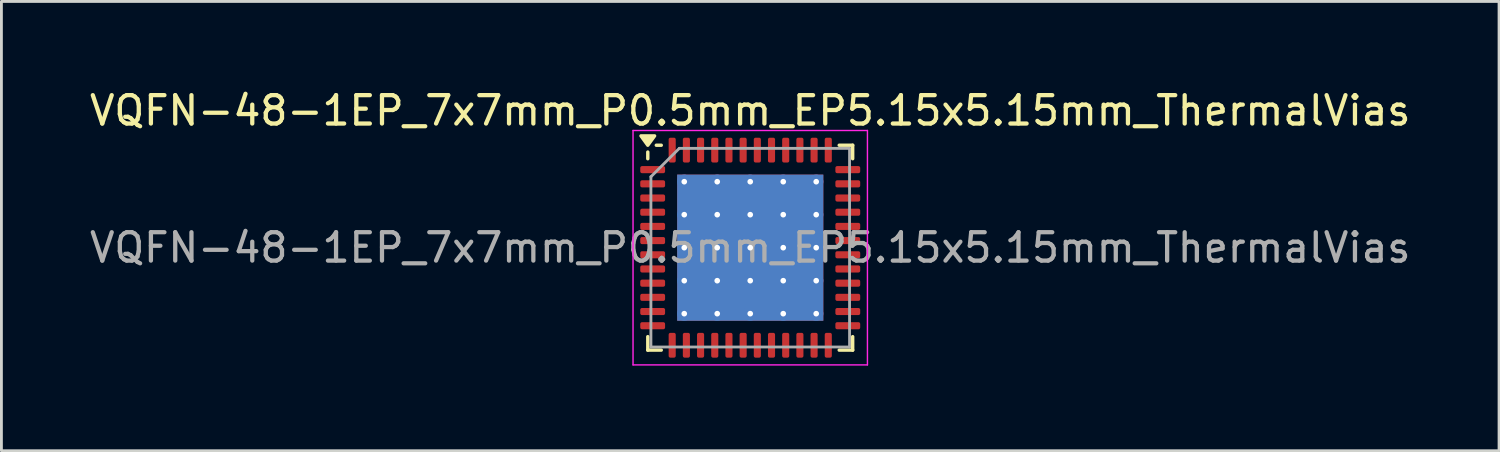
<source format=kicad_pcb>
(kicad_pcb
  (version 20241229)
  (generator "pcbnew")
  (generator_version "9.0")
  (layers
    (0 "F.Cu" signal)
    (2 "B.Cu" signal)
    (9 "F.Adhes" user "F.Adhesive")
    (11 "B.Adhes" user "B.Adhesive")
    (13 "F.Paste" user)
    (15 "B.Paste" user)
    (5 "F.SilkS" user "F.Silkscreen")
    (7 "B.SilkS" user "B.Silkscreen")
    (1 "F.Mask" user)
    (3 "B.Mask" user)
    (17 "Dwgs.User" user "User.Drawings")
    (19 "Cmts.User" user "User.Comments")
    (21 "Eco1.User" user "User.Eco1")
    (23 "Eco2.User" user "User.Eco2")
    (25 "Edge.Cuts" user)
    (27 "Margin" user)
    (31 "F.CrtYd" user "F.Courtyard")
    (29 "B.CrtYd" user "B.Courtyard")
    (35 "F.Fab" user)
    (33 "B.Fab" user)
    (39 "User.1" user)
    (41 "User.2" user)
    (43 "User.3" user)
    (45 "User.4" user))
  (footprint "VQFN-48-1EP_7x7mm_P0.5mm_EP5.15x5.15mm_ThermalVias"
    (layer "F.Cu")
    (at 23.387 5.678)
    (property "Reference" "VQFN-48-1EP_7x7mm_P0.5mm_EP5.15x5.15mm_ThermalVias" (at 0 -4.83 0) (layer "F.SilkS") (effects (font (size 1 1) (thickness 0.15))))
    (attr smd)
    (fp_line (start -3.61 -3.135) (end -3.61 -3.37) (stroke (width 0.12) (type solid)) (layer "F.SilkS"))
    (fp_line (start -3.61 3.61) (end -3.61 3.135) (stroke (width 0.12) (type solid)) (layer "F.SilkS"))
    (fp_line (start -3.135 -3.61) (end -3.31 -3.61) (stroke (width 0.12) (type solid)) (layer "F.SilkS"))
    (fp_line (start -3.135 3.61) (end -3.61 3.61) (stroke (width 0.12) (type solid)) (layer "F.SilkS"))
    (fp_line (start 3.135 -3.61) (end 3.61 -3.61) (stroke (width 0.12) (type solid)) (layer "F.SilkS"))
    (fp_line (start 3.135 3.61) (end 3.61 3.61) (stroke (width 0.12) (type solid)) (layer "F.SilkS"))
    (fp_line (start 3.61 -3.61) (end 3.61 -3.135) (stroke (width 0.12) (type solid)) (layer "F.SilkS"))
    (fp_line (start 3.61 3.61) (end 3.61 3.135) (stroke (width 0.12) (type solid)) (layer "F.SilkS"))
    (fp_poly (pts (xy -3.61 -3.61) (xy -3.85 -3.94) (xy -3.37 -3.94) (xy -3.61 -3.61)) (stroke (width 0.12) (type solid)) (fill yes) (layer "F.SilkS"))
    (fp_line (start -4.13 -4.13) (end -4.13 4.13) (stroke (width 0.05) (type solid)) (layer "F.CrtYd"))
    (fp_line (start -4.13 4.13) (end 4.13 4.13) (stroke (width 0.05) (type solid)) (layer "F.CrtYd"))
    (fp_line (start 4.13 -4.13) (end -4.13 -4.13) (stroke (width 0.05) (type solid)) (layer "F.CrtYd"))
    (fp_line (start 4.13 4.13) (end 4.13 -4.13) (stroke (width 0.05) (type solid)) (layer "F.CrtYd"))
    (fp_line (start -3.5 -2.5) (end -2.5 -3.5) (stroke (width 0.1) (type solid)) (layer "F.Fab"))
    (fp_line (start -3.5 3.5) (end -3.5 -2.5) (stroke (width 0.1) (type solid)) (layer "F.Fab"))
    (fp_line (start -2.5 -3.5) (end 3.5 -3.5) (stroke (width 0.1) (type solid)) (layer "F.Fab"))
    (fp_line (start 3.5 -3.5) (end 3.5 3.5) (stroke (width 0.1) (type solid)) (layer "F.Fab"))
    (fp_line (start 3.5 3.5) (end -3.5 3.5) (stroke (width 0.1) (type solid)) (layer "F.Fab"))
    (fp_text user "${REFERENCE}" (at 0 0 0) (layer "F.Fab") (effects (font (size 1 1) (thickness 0.15))))
    (pad "" smd roundrect (at -1.29 -1.29) (size 2.08 2.08) (layers "F.Paste") (roundrect_rratio 0.12))
    (pad "" smd roundrect (at -1.29 1.29) (size 2.08 2.08) (layers "F.Paste") (roundrect_rratio 0.12))
    (pad "" smd roundrect (at 1.29 -1.29) (size 2.08 2.08) (layers "F.Paste") (roundrect_rratio 0.12))
    (pad "" smd roundrect (at 1.29 1.29) (size 2.08 2.08) (layers "F.Paste") (roundrect_rratio 0.12))
    (pad "1" smd roundrect (at -3.438 -2.75) (size 0.875 0.25) (layers "F.Cu" "F.Mask" "F.Paste") (roundrect_rratio 0.25))
    (pad "2" smd roundrect (at -3.438 -2.25) (size 0.875 0.25) (layers "F.Cu" "F.Mask" "F.Paste") (roundrect_rratio 0.25))
    (pad "3" smd roundrect (at -3.438 -1.75) (size 0.875 0.25) (layers "F.Cu" "F.Mask" "F.Paste") (roundrect_rratio 0.25))
    (pad "4" smd roundrect (at -3.438 -1.25) (size 0.875 0.25) (layers "F.Cu" "F.Mask" "F.Paste") (roundrect_rratio 0.25))
    (pad "5" smd roundrect (at -3.438 -0.75) (size 0.875 0.25) (layers "F.Cu" "F.Mask" "F.Paste") (roundrect_rratio 0.25))
    (pad "6" smd roundrect (at -3.438 -0.25) (size 0.875 0.25) (layers "F.Cu" "F.Mask" "F.Paste") (roundrect_rratio 0.25))
    (pad "7" smd roundrect (at -3.438 0.25) (size 0.875 0.25) (layers "F.Cu" "F.Mask" "F.Paste") (roundrect_rratio 0.25))
    (pad "8" smd roundrect (at -3.438 0.75) (size 0.875 0.25) (layers "F.Cu" "F.Mask" "F.Paste") (roundrect_rratio 0.25))
    (pad "9" smd roundrect (at -3.438 1.25) (size 0.875 0.25) (layers "F.Cu" "F.Mask" "F.Paste") (roundrect_rratio 0.25))
    (pad "10" smd roundrect (at -3.438 1.75) (size 0.875 0.25) (layers "F.Cu" "F.Mask" "F.Paste") (roundrect_rratio 0.25))
    (pad "11" smd roundrect (at -3.438 2.25) (size 0.875 0.25) (layers "F.Cu" "F.Mask" "F.Paste") (roundrect_rratio 0.25))
    (pad "12" smd roundrect (at -3.438 2.75) (size 0.875 0.25) (layers "F.Cu" "F.Mask" "F.Paste") (roundrect_rratio 0.25))
    (pad "13" smd roundrect (at -2.75 3.438) (size 0.25 0.875) (layers "F.Cu" "F.Mask" "F.Paste") (roundrect_rratio 0.25))
    (pad "14" smd roundrect (at -2.25 3.438) (size 0.25 0.875) (layers "F.Cu" "F.Mask" "F.Paste") (roundrect_rratio 0.25))
    (pad "15" smd roundrect (at -1.75 3.438) (size 0.25 0.875) (layers "F.Cu" "F.Mask" "F.Paste") (roundrect_rratio 0.25))
    (pad "16" smd roundrect (at -1.25 3.438) (size 0.25 0.875) (layers "F.Cu" "F.Mask" "F.Paste") (roundrect_rratio 0.25))
    (pad "17" smd roundrect (at -0.75 3.438) (size 0.25 0.875) (layers "F.Cu" "F.Mask" "F.Paste") (roundrect_rratio 0.25))
    (pad "18" smd roundrect (at -0.25 3.438) (size 0.25 0.875) (layers "F.Cu" "F.Mask" "F.Paste") (roundrect_rratio 0.25))
    (pad "19" smd roundrect (at 0.25 3.438) (size 0.25 0.875) (layers "F.Cu" "F.Mask" "F.Paste") (roundrect_rratio 0.25))
    (pad "20" smd roundrect (at 0.75 3.438) (size 0.25 0.875) (layers "F.Cu" "F.Mask" "F.Paste") (roundrect_rratio 0.25))
    (pad "21" smd roundrect (at 1.25 3.438) (size 0.25 0.875) (layers "F.Cu" "F.Mask" "F.Paste") (roundrect_rratio 0.25))
    (pad "22" smd roundrect (at 1.75 3.438) (size 0.25 0.875) (layers "F.Cu" "F.Mask" "F.Paste") (roundrect_rratio 0.25))
    (pad "23" smd roundrect (at 2.25 3.438) (size 0.25 0.875) (layers "F.Cu" "F.Mask" "F.Paste") (roundrect_rratio 0.25))
    (pad "24" smd roundrect (at 2.75 3.438) (size 0.25 0.875) (layers "F.Cu" "F.Mask" "F.Paste") (roundrect_rratio 0.25))
    (pad "25" smd roundrect (at 3.438 2.75) (size 0.875 0.25) (layers "F.Cu" "F.Mask" "F.Paste") (roundrect_rratio 0.25))
    (pad "26" smd roundrect (at 3.438 2.25) (size 0.875 0.25) (layers "F.Cu" "F.Mask" "F.Paste") (roundrect_rratio 0.25))
    (pad "27" smd roundrect (at 3.438 1.75) (size 0.875 0.25) (layers "F.Cu" "F.Mask" "F.Paste") (roundrect_rratio 0.25))
    (pad "28" smd roundrect (at 3.438 1.25) (size 0.875 0.25) (layers "F.Cu" "F.Mask" "F.Paste") (roundrect_rratio 0.25))
    (pad "29" smd roundrect (at 3.438 0.75) (size 0.875 0.25) (layers "F.Cu" "F.Mask" "F.Paste") (roundrect_rratio 0.25))
    (pad "30" smd roundrect (at 3.438 0.25) (size 0.875 0.25) (layers "F.Cu" "F.Mask" "F.Paste") (roundrect_rratio 0.25))
    (pad "31" smd roundrect (at 3.438 -0.25) (size 0.875 0.25) (layers "F.Cu" "F.Mask" "F.Paste") (roundrect_rratio 0.25))
    (pad "32" smd roundrect (at 3.438 -0.75) (size 0.875 0.25) (layers "F.Cu" "F.Mask" "F.Paste") (roundrect_rratio 0.25))
    (pad "33" smd roundrect (at 3.438 -1.25) (size 0.875 0.25) (layers "F.Cu" "F.Mask" "F.Paste") (roundrect_rratio 0.25))
    (pad "34" smd roundrect (at 3.438 -1.75) (size 0.875 0.25) (layers "F.Cu" "F.Mask" "F.Paste") (roundrect_rratio 0.25))
    (pad "35" smd roundrect (at 3.438 -2.25) (size 0.875 0.25) (layers "F.Cu" "F.Mask" "F.Paste") (roundrect_rratio 0.25))
    (pad "36" smd roundrect (at 3.438 -2.75) (size 0.875 0.25) (layers "F.Cu" "F.Mask" "F.Paste") (roundrect_rratio 0.25))
    (pad "37" smd roundrect (at 2.75 -3.438) (size 0.25 0.875) (layers "F.Cu" "F.Mask" "F.Paste") (roundrect_rratio 0.25))
    (pad "38" smd roundrect (at 2.25 -3.438) (size 0.25 0.875) (layers "F.Cu" "F.Mask" "F.Paste") (roundrect_rratio 0.25))
    (pad "39" smd roundrect (at 1.75 -3.438) (size 0.25 0.875) (layers "F.Cu" "F.Mask" "F.Paste") (roundrect_rratio 0.25))
    (pad "40" smd roundrect (at 1.25 -3.438) (size 0.25 0.875) (layers "F.Cu" "F.Mask" "F.Paste") (roundrect_rratio 0.25))
    (pad "41" smd roundrect (at 0.75 -3.438) (size 0.25 0.875) (layers "F.Cu" "F.Mask" "F.Paste") (roundrect_rratio 0.25))
    (pad "42" smd roundrect (at 0.25 -3.438) (size 0.25 0.875) (layers "F.Cu" "F.Mask" "F.Paste") (roundrect_rratio 0.25))
    (pad "43" smd roundrect (at -0.25 -3.438) (size 0.25 0.875) (layers "F.Cu" "F.Mask" "F.Paste") (roundrect_rratio 0.25))
    (pad "44" smd roundrect (at -0.75 -3.438) (size 0.25 0.875) (layers "F.Cu" "F.Mask" "F.Paste") (roundrect_rratio 0.25))
    (pad "45" smd roundrect (at -1.25 -3.438) (size 0.25 0.875) (layers "F.Cu" "F.Mask" "F.Paste") (roundrect_rratio 0.25))
    (pad "46" smd roundrect (at -1.75 -3.438) (size 0.25 0.875) (layers "F.Cu" "F.Mask" "F.Paste") (roundrect_rratio 0.25))
    (pad "47" smd roundrect (at -2.25 -3.438) (size 0.25 0.875) (layers "F.Cu" "F.Mask" "F.Paste") (roundrect_rratio 0.25))
    (pad "48" smd roundrect (at -2.75 -3.438) (size 0.25 0.875) (layers "F.Cu" "F.Mask" "F.Paste") (roundrect_rratio 0.25))
    (pad "49" thru_hole circle (at -2.325 -2.325) (size 0.5 0.5) (drill 0.2) (property pad_prop_heatsink) (layers "*.Cu"))
    (pad "49" thru_hole circle (at -2.325 -1.163) (size 0.5 0.5) (drill 0.2) (property pad_prop_heatsink) (layers "*.Cu"))
    (pad "49" thru_hole circle (at -2.325 0) (size 0.5 0.5) (drill 0.2) (property pad_prop_heatsink) (layers "*.Cu"))
    (pad "49" thru_hole circle (at -2.325 1.163) (size 0.5 0.5) (drill 0.2) (property pad_prop_heatsink) (layers "*.Cu"))
    (pad "49" thru_hole circle (at -2.325 2.325) (size 0.5 0.5) (drill 0.2) (property pad_prop_heatsink) (layers "*.Cu"))
    (pad "49" thru_hole circle (at -1.163 -2.325) (size 0.5 0.5) (drill 0.2) (property pad_prop_heatsink) (layers "*.Cu"))
    (pad "49" thru_hole circle (at -1.163 -1.163) (size 0.5 0.5) (drill 0.2) (property pad_prop_heatsink) (layers "*.Cu"))
    (pad "49" thru_hole circle (at -1.163 0) (size 0.5 0.5) (drill 0.2) (property pad_prop_heatsink) (layers "*.Cu"))
    (pad "49" thru_hole circle (at -1.163 1.163) (size 0.5 0.5) (drill 0.2) (property pad_prop_heatsink) (layers "*.Cu"))
    (pad "49" thru_hole circle (at -1.163 2.325) (size 0.5 0.5) (drill 0.2) (property pad_prop_heatsink) (layers "*.Cu"))
    (pad "49" thru_hole circle (at 0 -2.325) (size 0.5 0.5) (drill 0.2) (property pad_prop_heatsink) (layers "*.Cu"))
    (pad "49" thru_hole circle (at 0 -1.163) (size 0.5 0.5) (drill 0.2) (property pad_prop_heatsink) (layers "*.Cu"))
    (pad "49" thru_hole circle (at 0 0) (size 0.5 0.5) (drill 0.2) (property pad_prop_heatsink) (layers "*.Cu"))
    (pad "49" smd rect (at 0 0) (size 5.15 5.15) (property pad_prop_heatsink) (layers "F.Cu" "F.Mask"))
    (pad "49" smd rect (at 0 0) (size 5.15 5.15) (property pad_prop_heatsink) (layers "B.Cu"))
    (pad "49" thru_hole circle (at 0 1.163) (size 0.5 0.5) (drill 0.2) (property pad_prop_heatsink) (layers "*.Cu"))
    (pad "49" thru_hole circle (at 0 2.325) (size 0.5 0.5) (drill 0.2) (property pad_prop_heatsink) (layers "*.Cu"))
    (pad "49" thru_hole circle (at 1.163 -2.325) (size 0.5 0.5) (drill 0.2) (property pad_prop_heatsink) (layers "*.Cu"))
    (pad "49" thru_hole circle (at 1.163 -1.163) (size 0.5 0.5) (drill 0.2) (property pad_prop_heatsink) (layers "*.Cu"))
    (pad "49" thru_hole circle (at 1.163 0) (size 0.5 0.5) (drill 0.2) (property pad_prop_heatsink) (layers "*.Cu"))
    (pad "49" thru_hole circle (at 1.163 1.163) (size 0.5 0.5) (drill 0.2) (property pad_prop_heatsink) (layers "*.Cu"))
    (pad "49" thru_hole circle (at 1.163 2.325) (size 0.5 0.5) (drill 0.2) (property pad_prop_heatsink) (layers "*.Cu"))
    (pad "49" thru_hole circle (at 2.325 -2.325) (size 0.5 0.5) (drill 0.2) (property pad_prop_heatsink) (layers "*.Cu"))
    (pad "49" thru_hole circle (at 2.325 -1.163) (size 0.5 0.5) (drill 0.2) (property pad_prop_heatsink) (layers "*.Cu"))
    (pad "49" thru_hole circle (at 2.325 0) (size 0.5 0.5) (drill 0.2) (property pad_prop_heatsink) (layers "*.Cu"))
    (pad "49" thru_hole circle (at 2.325 1.163) (size 0.5 0.5) (drill 0.2) (property pad_prop_heatsink) (layers "*.Cu"))
    (pad "49" thru_hole circle (at 2.325 2.325) (size 0.5 0.5) (drill 0.2) (property pad_prop_heatsink) (layers "*.Cu")))
  (gr_rect
    (start -3 -3)
    (end 49.774 12.833)
    (stroke (width 0.1) (type default))
    (fill no)
    (layer "Edge.Cuts")))
</source>
